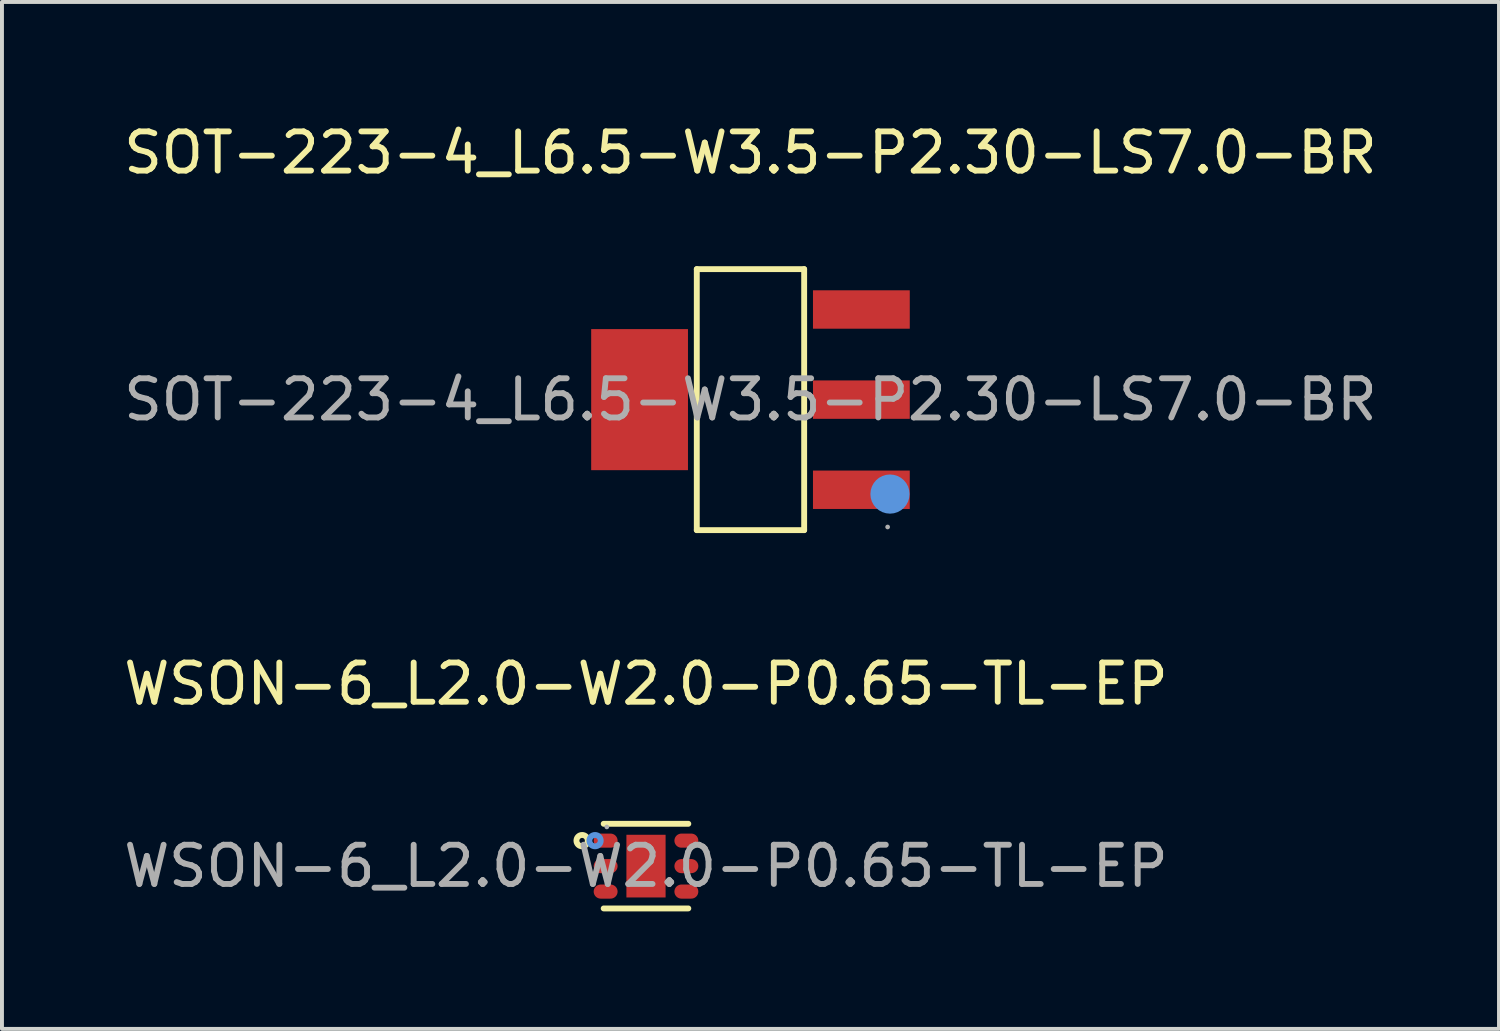
<source format=kicad_pcb>
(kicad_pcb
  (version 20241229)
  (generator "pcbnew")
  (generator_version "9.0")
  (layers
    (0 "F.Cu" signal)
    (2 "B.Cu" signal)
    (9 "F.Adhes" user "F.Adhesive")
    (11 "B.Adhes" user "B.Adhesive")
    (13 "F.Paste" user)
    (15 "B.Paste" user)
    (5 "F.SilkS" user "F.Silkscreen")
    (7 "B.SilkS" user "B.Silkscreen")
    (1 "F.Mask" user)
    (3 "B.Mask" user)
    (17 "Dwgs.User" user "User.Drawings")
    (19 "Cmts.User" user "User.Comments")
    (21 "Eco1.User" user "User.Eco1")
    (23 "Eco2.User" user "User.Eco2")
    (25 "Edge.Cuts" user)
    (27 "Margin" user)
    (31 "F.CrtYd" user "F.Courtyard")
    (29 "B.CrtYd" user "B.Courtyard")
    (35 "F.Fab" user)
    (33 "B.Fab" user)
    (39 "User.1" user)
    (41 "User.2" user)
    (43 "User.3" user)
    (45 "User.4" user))
  (footprint "WSON-6_L2.0-W2.0-P0.65-TL-EP"
    (layer "F.Cu")
    (at 13.435 19.052)
    (property "Reference" "WSON-6_L2.0-W2.0-P0.65-TL-EP" (at 0 -4.65 0) (layer "F.SilkS") (effects (font (size 1 1) (thickness 0.15))))
    (attr smd)
    (fp_line (start -1.08 -1.08) (end 1.08 -1.08) (stroke (width 0.15) (type solid)) (layer "F.SilkS"))
    (fp_line (start -1.08 1.08) (end 1.08 1.08) (stroke (width 0.15) (type solid)) (layer "F.SilkS"))
    (fp_circle (center -1.63 -0.65) (end -1.56 -0.65) (stroke (width 0.15) (type solid)) (fill no) (layer "F.SilkS"))
    (fp_circle (center -1.3 -0.65) (end -1.23 -0.65) (stroke (width 0.15) (type solid)) (fill no) (layer "Cmts.User"))
    (fp_circle (center -1 -1) (end -0.97 -1) (stroke (width 0.06) (type solid)) (fill no) (layer "F.Fab"))
    (fp_text user "${REFERENCE}" (at 0 0 0) (layer "F.Fab") (effects (font (size 1 1) (thickness 0.15))))
    (pad "1" smd oval (at -1.03 -0.65 270) (size 0.36 0.61) (layers "F.Cu" "F.Mask" "F.Paste"))
    (pad "2" smd oval (at -1.03 0 270) (size 0.36 0.61) (layers "F.Cu" "F.Mask" "F.Paste"))
    (pad "3" smd oval (at -1.03 0.65 270) (size 0.36 0.61) (layers "F.Cu" "F.Mask" "F.Paste"))
    (pad "4" smd oval (at 1.03 0.65 270) (size 0.36 0.61) (layers "F.Cu" "F.Mask" "F.Paste"))
    (pad "5" smd oval (at 1.03 0 270) (size 0.36 0.61) (layers "F.Cu" "F.Mask" "F.Paste"))
    (pad "6" smd oval (at 1.03 -0.65 270) (size 0.36 0.61) (layers "F.Cu" "F.Mask" "F.Paste"))
    (pad "7" smd rect (at 0 0) (size 1 1.6) (layers "F.Cu" "F.Mask" "F.Paste")))
  (footprint "SOT-223-4_L6.5-W3.5-P2.30-LS7.0-BR"
    (layer "F.Cu")
    (at 16.101 7.148)
    (property "Reference" "SOT-223-4_L6.5-W3.5-P2.30-LS7.0-BR" (at 0 -6.3 0) (layer "F.SilkS") (effects (font (size 1 1) (thickness 0.15))))
    (attr smd)
    (fp_line (start -1.37 -3.33) (end 1.37 -3.33) (stroke (width 0.15) (type solid)) (layer "F.SilkS"))
    (fp_line (start -1.37 3.33) (end -1.37 -3.33) (stroke (width 0.15) (type solid)) (layer "F.SilkS"))
    (fp_line (start 1.37 -3.33) (end 1.37 3.33) (stroke (width 0.15) (type solid)) (layer "F.SilkS"))
    (fp_line (start 1.37 3.33) (end -1.37 3.33) (stroke (width 0.15) (type solid)) (layer "F.SilkS"))
    (fp_circle (center 3.56 2.41) (end 3.81 2.41) (stroke (width 0.5) (type solid)) (fill no) (layer "Cmts.User"))
    (fp_circle (center 3.5 3.25) (end 3.53 3.25) (stroke (width 0.06) (type solid)) (fill no) (layer "F.Fab"))
    (fp_text user "${REFERENCE}" (at 0 0 0) (layer "F.Fab") (effects (font (size 1 1) (thickness 0.15))))
    (pad "1" smd rect (at 2.83 2.3) (size 2.47 0.98) (layers "F.Cu" "F.Mask" "F.Paste"))
    (pad "2" smd rect (at 2.83 0) (size 2.47 0.98) (layers "F.Cu" "F.Mask" "F.Paste"))
    (pad "3" smd rect (at 2.83 -2.3) (size 2.47 0.98) (layers "F.Cu" "F.Mask" "F.Paste"))
    (pad "4" smd rect (at -2.83 0) (size 2.47 3.6) (layers "F.Cu" "F.Mask" "F.Paste")))
  (gr_rect
    (start -3 -3)
    (end 35.202 23.206)
    (stroke (width 0.1) (type default))
    (fill no)
    (layer "Edge.Cuts")))
</source>
